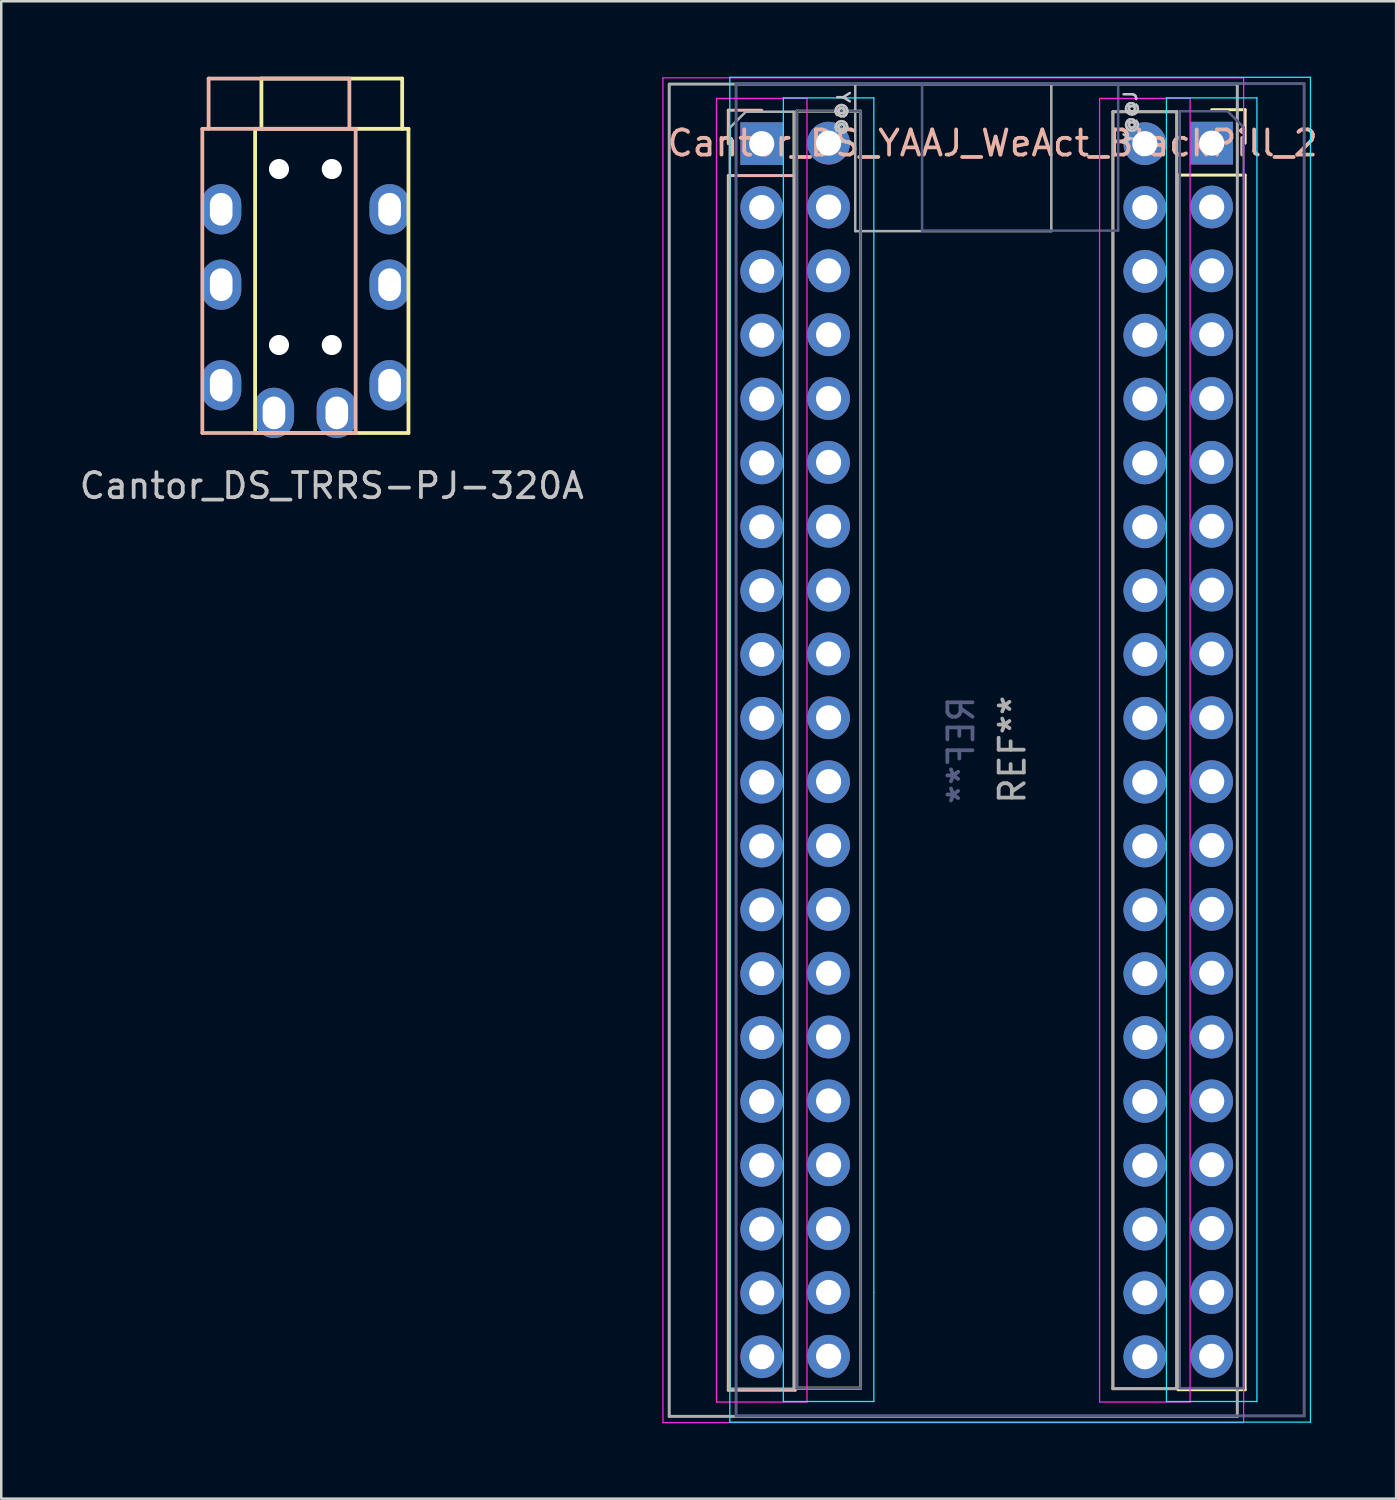
<source format=kicad_pcb>
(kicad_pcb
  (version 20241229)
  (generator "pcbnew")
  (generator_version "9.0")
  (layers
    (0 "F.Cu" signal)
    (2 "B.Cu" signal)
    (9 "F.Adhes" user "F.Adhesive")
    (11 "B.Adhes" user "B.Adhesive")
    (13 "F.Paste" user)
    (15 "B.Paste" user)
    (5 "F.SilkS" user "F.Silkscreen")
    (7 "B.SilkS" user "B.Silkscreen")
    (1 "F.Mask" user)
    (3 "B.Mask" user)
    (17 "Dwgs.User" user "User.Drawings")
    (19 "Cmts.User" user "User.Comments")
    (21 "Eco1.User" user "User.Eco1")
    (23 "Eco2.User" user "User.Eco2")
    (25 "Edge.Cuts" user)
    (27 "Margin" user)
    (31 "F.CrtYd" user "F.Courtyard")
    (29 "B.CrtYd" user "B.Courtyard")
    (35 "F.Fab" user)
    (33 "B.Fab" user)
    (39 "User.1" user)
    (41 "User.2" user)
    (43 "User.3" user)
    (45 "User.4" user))
  (footprint "Cantor_DS_TRRS-PJ-320A"
    (layer "F.Cu")
    (at 10.149 2.075)
    (property "Reference" "Cantor_DS_TRRS-PJ-320A" (at 0 14.2 0) (layer "Dwgs.User") (effects (font (size 1 1) (thickness 0.15))))
    (attr through_hole)
    (fp_line (start -3.05 0) (end -3.05 12.1) (stroke (width 0.15) (type solid)) (layer "F.SilkS"))
    (fp_line (start -2.8 0) (end -2.8 -2) (stroke (width 0.15) (type solid)) (layer "F.SilkS"))
    (fp_line (start 2.8 -2) (end -2.8 -2) (stroke (width 0.15) (type solid)) (layer "F.SilkS"))
    (fp_line (start 2.8 0) (end 2.8 -2) (stroke (width 0.15) (type solid)) (layer "F.SilkS"))
    (fp_line (start 3.05 0) (end -3.05 0) (stroke (width 0.15) (type solid)) (layer "F.SilkS"))
    (fp_line (start 3.05 0) (end 3.05 12.1) (stroke (width 0.15) (type solid)) (layer "F.SilkS"))
    (fp_line (start 3.05 12.1) (end -3.05 12.1) (stroke (width 0.15) (type solid)) (layer "F.SilkS"))
    (fp_line (start -5.15 0) (end -5.15 12.1) (stroke (width 0.15) (type solid)) (layer "B.SilkS"))
    (fp_line (start -5.15 0) (end 0.95 0) (stroke (width 0.15) (type solid)) (layer "B.SilkS"))
    (fp_line (start -5.15 12.1) (end 0.95 12.1) (stroke (width 0.15) (type solid)) (layer "B.SilkS"))
    (fp_line (start -4.9 -2) (end 0.7 -2) (stroke (width 0.15) (type solid)) (layer "B.SilkS"))
    (fp_line (start -4.9 0) (end -4.9 -2) (stroke (width 0.15) (type solid)) (layer "B.SilkS"))
    (fp_line (start 0.7 0) (end 0.7 -2) (stroke (width 0.15) (type solid)) (layer "B.SilkS"))
    (fp_line (start 0.95 0) (end 0.95 12.1) (stroke (width 0.15) (type solid)) (layer "B.SilkS"))
    (pad "" np_thru_hole circle (at -2.1 1.6) (size 0.8 0.8) (drill 0.8) (layers "*.Cu" "*.Mask"))
    (pad "" np_thru_hole circle (at -2.1 8.6) (size 0.8 0.8) (drill 0.8) (layers "*.Cu" "*.Mask"))
    (pad "" np_thru_hole circle (at 0 1.6) (size 0.8 0.8) (drill 0.8) (layers "*.Cu" "*.Mask"))
    (pad "" np_thru_hole circle (at 0 8.6) (size 0.8 0.8) (drill 0.8) (layers "*.Cu" "*.Mask"))
    (pad "1" thru_hole oval (at -2.3 11.3) (size 1.6 2) (drill oval 0.9 1.3) (layers "*.Cu" "*.Mask"))
    (pad "1" thru_hole oval (at 0.2 11.3) (size 1.6 2) (drill oval 0.9 1.3) (layers "*.Cu" "*.Mask"))
    (pad "2" thru_hole oval (at -4.4 10.2) (size 1.6 2) (drill oval 0.9 1.3) (layers "*.Cu" "*.Mask"))
    (pad "2" thru_hole oval (at 2.3 10.2) (size 1.6 2) (drill oval 0.9 1.3) (layers "*.Cu" "*.Mask"))
    (pad "3" thru_hole oval (at -4.4 6.2) (size 1.6 2) (drill oval 0.9 1.3) (layers "*.Cu" "*.Mask"))
    (pad "3" thru_hole oval (at 2.3 3.2) (size 1.6 2) (drill oval 0.9 1.3) (layers "*.Cu" "*.Mask"))
    (pad "4" thru_hole oval (at -4.4 3.2) (size 1.6 2) (drill oval 0.9 1.3) (layers "*.Cu" "*.Mask"))
    (pad "4" thru_hole oval (at 2.3 6.2) (size 1.6 2) (drill oval 0.9 1.3) (layers "*.Cu" "*.Mask")))
  (footprint "Cantor_DS_YAAJ_WeAct_BlackPill_2"
    (layer "F.Cu")
    (at 27.373 2.645)
    (property "Reference" "Cantor_DS_YAAJ_WeAct_BlackPill_2" (at 9.065 0 0) (layer "B.SilkS") (effects (font (size 1 1) (thickness 0.15))))
    (attr through_hole)
    (fp_line (start 1.27 49.53) (end 3.81 49.53) (stroke (width 0.12) (type solid)) (layer "F.Mask"))
    (fp_line (start 1.27 -1.27) (end 1.27 49.53) (stroke (width 0.12) (type solid)) (layer "F.SilkS"))
    (fp_line (start 3.81 -1.27) (end 1.27 -1.27) (stroke (width 0.12) (type solid)) (layer "F.SilkS"))
    (fp_line (start 3.81 49.53) (end 1.27 49.53) (stroke (width 0.12) (type solid)) (layer "F.SilkS"))
    (fp_line (start 3.81 49.53) (end 3.81 -1.27) (stroke (width 0.12) (type solid)) (layer "F.SilkS"))
    (fp_line (start 16.45 1.27) (end 16.45 49.59) (stroke (width 0.12) (type solid)) (layer "F.SilkS"))
    (fp_line (start 16.45 49.59) (end 19.11 49.59) (stroke (width 0.12) (type solid)) (layer "F.SilkS"))
    (fp_line (start 19.11 -1.33) (end 17.78 -1.33) (stroke (width 0.12) (type solid)) (layer "F.SilkS"))
    (fp_line (start 19.11 0) (end 19.11 -1.33) (stroke (width 0.12) (type solid)) (layer "F.SilkS"))
    (fp_line (start 19.11 1.27) (end 16.45 1.27) (stroke (width 0.12) (type solid)) (layer "F.SilkS"))
    (fp_line (start 19.11 49.59) (end 19.11 1.27) (stroke (width 0.12) (type solid)) (layer "F.SilkS"))
    (fp_line (start -1.45 -1.31) (end -0.12 -1.31) (stroke (width 0.12) (type solid)) (layer "B.SilkS"))
    (fp_line (start -1.45 0.02) (end -1.45 -1.31) (stroke (width 0.12) (type solid)) (layer "B.SilkS"))
    (fp_line (start -1.45 1.29) (end 1.21 1.29) (stroke (width 0.12) (type solid)) (layer "B.SilkS"))
    (fp_line (start -1.45 49.61) (end -1.45 1.29) (stroke (width 0.12) (type solid)) (layer "B.SilkS"))
    (fp_line (start 1.21 1.29) (end 1.21 49.61) (stroke (width 0.12) (type solid)) (layer "B.SilkS"))
    (fp_line (start 1.21 49.61) (end -1.45 49.61) (stroke (width 0.12) (type solid)) (layer "B.SilkS"))
    (fp_line (start 13.85 -1.25) (end 16.39 -1.25) (stroke (width 0.12) (type solid)) (layer "B.SilkS"))
    (fp_line (start 13.85 49.55) (end 13.85 -1.25) (stroke (width 0.12) (type solid)) (layer "B.SilkS"))
    (fp_line (start 16.39 -1.25) (end 16.39 49.55) (stroke (width 0.12) (type solid)) (layer "B.SilkS"))
    (fp_line (start 16.39 49.55) (end 13.85 49.55) (stroke (width 0.12) (type solid)) (layer "B.SilkS"))
    (fp_line (start -1.39 -2.62) (end -1.39 50.88) (stroke (width 0.05) (type solid)) (layer "B.CrtYd"))
    (fp_line (start -1.39 50.88) (end 21.71 50.88) (stroke (width 0.05) (type solid)) (layer "B.CrtYd"))
    (fp_line (start 0.74 -1.8) (end 0.74 50.06) (stroke (width 0.05) (type solid)) (layer "B.CrtYd"))
    (fp_line (start 0.74 50.06) (end 4.34 50.06) (stroke (width 0.05) (type solid)) (layer "B.CrtYd"))
    (fp_line (start 4.34 -1.8) (end 0.74 -1.8) (stroke (width 0.05) (type solid)) (layer "B.CrtYd"))
    (fp_line (start 4.34 -1.8) (end 4.34 45.72) (stroke (width 0.05) (type solid)) (layer "B.CrtYd"))
    (fp_line (start 4.34 45.72) (end 4.34 50.06) (stroke (width 0.05) (type solid)) (layer "B.CrtYd"))
    (fp_line (start 15.98 -1.8) (end 15.98 45.72) (stroke (width 0.05) (type solid)) (layer "B.CrtYd"))
    (fp_line (start 15.98 -1.8) (end 19.58 -1.8) (stroke (width 0.05) (type solid)) (layer "B.CrtYd"))
    (fp_line (start 15.98 45.72) (end 15.98 50.06) (stroke (width 0.05) (type solid)) (layer "B.CrtYd"))
    (fp_line (start 19.58 -1.8) (end 19.58 50.06) (stroke (width 0.05) (type solid)) (layer "B.CrtYd"))
    (fp_line (start 19.58 50.06) (end 15.98 50.06) (stroke (width 0.05) (type solid)) (layer "B.CrtYd"))
    (fp_line (start 21.71 -2.62) (end -1.39 -2.62) (stroke (width 0.05) (type solid)) (layer "B.CrtYd"))
    (fp_line (start 21.71 50.88) (end 21.71 -2.62) (stroke (width 0.05) (type solid)) (layer "B.CrtYd"))
    (fp_line (start -4.05 -2.6) (end 19.05 -2.6) (stroke (width 0.05) (type solid)) (layer "F.CrtYd"))
    (fp_line (start -4.05 50.9) (end -4.05 -2.6) (stroke (width 0.05) (type solid)) (layer "F.CrtYd"))
    (fp_line (start -1.92 -1.78) (end -1.92 50.08) (stroke (width 0.05) (type solid)) (layer "F.CrtYd"))
    (fp_line (start -1.92 50.08) (end 1.68 50.08) (stroke (width 0.05) (type solid)) (layer "F.CrtYd"))
    (fp_line (start 1.68 -1.78) (end -1.92 -1.78) (stroke (width 0.05) (type solid)) (layer "F.CrtYd"))
    (fp_line (start 1.68 -1.78) (end 1.68 45.74) (stroke (width 0.05) (type solid)) (layer "F.CrtYd"))
    (fp_line (start 1.68 45.74) (end 1.68 50.08) (stroke (width 0.05) (type solid)) (layer "F.CrtYd"))
    (fp_line (start 13.32 -1.78) (end 13.32 45.74) (stroke (width 0.05) (type solid)) (layer "F.CrtYd"))
    (fp_line (start 13.32 -1.78) (end 16.92 -1.78) (stroke (width 0.05) (type solid)) (layer "F.CrtYd"))
    (fp_line (start 13.32 45.74) (end 13.32 50.08) (stroke (width 0.05) (type solid)) (layer "F.CrtYd"))
    (fp_line (start 16.92 -1.78) (end 16.92 50.08) (stroke (width 0.05) (type solid)) (layer "F.CrtYd"))
    (fp_line (start 16.92 50.08) (end 13.32 50.08) (stroke (width 0.05) (type solid)) (layer "F.CrtYd"))
    (fp_line (start 19.05 -2.6) (end 19.05 50.9) (stroke (width 0.05) (type solid)) (layer "F.CrtYd"))
    (fp_line (start 19.05 50.9) (end -4.05 50.9) (stroke (width 0.05) (type solid)) (layer "F.CrtYd"))
    (fp_line (start -1.14 -2.37) (end -1.14 50.63) (stroke (width 0.12) (type solid)) (layer "B.Fab"))
    (fp_line (start 1.27 -1.27) (end 1.27 49.53) (stroke (width 0.1) (type solid)) (layer "B.Fab"))
    (fp_line (start 1.27 49.53) (end 3.81 49.53) (stroke (width 0.1) (type solid)) (layer "B.Fab"))
    (fp_line (start 3.81 -1.27) (end 1.27 -1.27) (stroke (width 0.1) (type solid)) (layer "B.Fab"))
    (fp_line (start 3.81 49.53) (end 3.81 -1.27) (stroke (width 0.1) (type solid)) (layer "B.Fab"))
    (fp_line (start 6.26 3.48) (end 6.26 -2.32) (stroke (width 0.1) (type solid)) (layer "B.Fab"))
    (fp_line (start 14.06 3.48) (end 6.26 3.48) (stroke (width 0.1) (type solid)) (layer "B.Fab"))
    (fp_line (start 14.06 3.48) (end 14.06 -2.32) (stroke (width 0.1) (type solid)) (layer "B.Fab"))
    (fp_line (start 16.51 -1.27) (end 16.51 49.53) (stroke (width 0.1) (type solid)) (layer "B.Fab"))
    (fp_line (start 16.51 49.53) (end 19.05 49.53) (stroke (width 0.1) (type solid)) (layer "B.Fab"))
    (fp_line (start 18.415 -1.27) (end 16.51 -1.27) (stroke (width 0.1) (type solid)) (layer "B.Fab"))
    (fp_line (start 19.05 -0.635) (end 18.415 -1.27) (stroke (width 0.1) (type solid)) (layer "B.Fab"))
    (fp_line (start 19.05 49.53) (end 19.05 -0.635) (stroke (width 0.1) (type solid)) (layer "B.Fab"))
    (fp_line (start 21.46 -2.37) (end -1.14 -2.37) (stroke (width 0.12) (type solid)) (layer "B.Fab"))
    (fp_line (start 21.46 50.63) (end -1.14 50.63) (stroke (width 0.12) (type solid)) (layer "B.Fab"))
    (fp_line (start 21.46 50.63) (end 21.46 -2.32) (stroke (width 0.12) (type solid)) (layer "B.Fab"))
    (fp_line (start -3.8 -2.35) (end 18.8 -2.35) (stroke (width 0.12) (type solid)) (layer "F.Fab"))
    (fp_line (start -3.8 50.65) (end -3.8 -2.3) (stroke (width 0.12) (type solid)) (layer "F.Fab"))
    (fp_line (start -3.8 50.65) (end 18.8 50.65) (stroke (width 0.12) (type solid)) (layer "F.Fab"))
    (fp_line (start -1.39 -0.615) (end -0.755 -1.25) (stroke (width 0.1) (type solid)) (layer "F.Fab"))
    (fp_line (start -1.39 49.55) (end -1.39 -0.615) (stroke (width 0.1) (type solid)) (layer "F.Fab"))
    (fp_line (start -0.755 -1.25) (end 1.15 -1.25) (stroke (width 0.1) (type solid)) (layer "F.Fab"))
    (fp_line (start 1.15 -1.25) (end 1.15 49.55) (stroke (width 0.1) (type solid)) (layer "F.Fab"))
    (fp_line (start 1.15 49.55) (end -1.39 49.55) (stroke (width 0.1) (type solid)) (layer "F.Fab"))
    (fp_line (start 3.6 3.5) (end 3.6 -2.3) (stroke (width 0.1) (type solid)) (layer "F.Fab"))
    (fp_line (start 3.6 3.5) (end 11.4 3.5) (stroke (width 0.1) (type solid)) (layer "F.Fab"))
    (fp_line (start 11.4 3.5) (end 11.4 -2.3) (stroke (width 0.1) (type solid)) (layer "F.Fab"))
    (fp_line (start 13.85 -1.25) (end 16.39 -1.25) (stroke (width 0.1) (type solid)) (layer "F.Fab"))
    (fp_line (start 13.85 49.55) (end 13.85 -1.25) (stroke (width 0.1) (type solid)) (layer "F.Fab"))
    (fp_line (start 16.39 -1.25) (end 16.39 49.55) (stroke (width 0.1) (type solid)) (layer "F.Fab"))
    (fp_line (start 16.39 49.55) (end 13.85 49.55) (stroke (width 0.1) (type solid)) (layer "F.Fab"))
    (fp_line (start 18.8 -2.35) (end 18.8 50.65) (stroke (width 0.12) (type solid)) (layer "F.Fab"))
    (fp_text user "Y@@J" (at 14.549 -1.016 90) (unlocked yes) (layer "Dwgs.User") (effects (font (size 0.5 0.5) (thickness 0.1))))
    (fp_text user "Y@@J" (at 3.111 -0.996 270) (unlocked yes) (layer "Dwgs.User") (effects (font (size 0.5 0.5) (thickness 0.1))))
    (fp_text user "REF**" (at 7.81 24.15 270) (layer "B.Fab") (effects (font (size 1 1) (thickness 0.15)) (justify mirror)))
    (fp_text user "REF**" (at 9.85 24.13 90) (layer "F.Fab") (effects (font (size 1 1) (thickness 0.15))))
    (pad "1" thru_hole rect (at -0.12 0.02) (size 1.7 1.7) (drill 1) (layers "*.Cu" "*.Mask"))
    (pad "1" thru_hole rect (at 17.78 0) (size 1.7 1.7) (drill 1) (layers "*.Cu" "*.Mask"))
    (pad "2" thru_hole circle (at -0.12 2.56) (size 1.7 1.7) (drill 1) (layers "*.Cu" "*.Mask"))
    (pad "2" thru_hole circle (at 17.78 2.54) (size 1.7 1.7) (drill 1) (layers "*.Cu" "*.Mask"))
    (pad "3" thru_hole circle (at -0.12 5.1) (size 1.7 1.7) (drill 1) (layers "*.Cu" "*.Mask"))
    (pad "3" thru_hole circle (at 17.78 5.08) (size 1.7 1.7) (drill 1) (layers "*.Cu" "*.Mask"))
    (pad "4" thru_hole circle (at -0.12 7.64) (size 1.7 1.7) (drill 1) (layers "*.Cu" "*.Mask"))
    (pad "4" thru_hole circle (at 17.78 7.62) (size 1.7 1.7) (drill 1) (layers "*.Cu" "*.Mask"))
    (pad "5" thru_hole circle (at -0.12 10.18) (size 1.7 1.7) (drill 1) (layers "*.Cu" "*.Mask"))
    (pad "5" thru_hole circle (at 17.78 10.16) (size 1.7 1.7) (drill 1) (layers "*.Cu" "*.Mask"))
    (pad "6" thru_hole circle (at -0.12 12.72) (size 1.7 1.7) (drill 1) (layers "*.Cu" "*.Mask"))
    (pad "6" thru_hole circle (at 17.78 12.7) (size 1.7 1.7) (drill 1) (layers "*.Cu" "*.Mask"))
    (pad "7" thru_hole circle (at -0.12 15.26) (size 1.7 1.7) (drill 1) (layers "*.Cu" "*.Mask"))
    (pad "7" thru_hole circle (at 17.78 15.24) (size 1.7 1.7) (drill 1) (layers "*.Cu" "*.Mask"))
    (pad "8" thru_hole circle (at -0.12 17.8) (size 1.7 1.7) (drill 1) (layers "*.Cu" "*.Mask"))
    (pad "8" thru_hole circle (at 17.78 17.78) (size 1.7 1.7) (drill 1) (layers "*.Cu" "*.Mask"))
    (pad "9" thru_hole circle (at -0.12 20.34) (size 1.7 1.7) (drill 1) (layers "*.Cu" "*.Mask"))
    (pad "9" thru_hole circle (at 17.78 20.32) (size 1.7 1.7) (drill 1) (layers "*.Cu" "*.Mask"))
    (pad "10" thru_hole circle (at -0.12 22.88) (size 1.7 1.7) (drill 1) (layers "*.Cu" "*.Mask"))
    (pad "10" thru_hole circle (at 17.78 22.86) (size 1.7 1.7) (drill 1) (layers "*.Cu" "*.Mask"))
    (pad "11" thru_hole circle (at -0.12 25.42) (size 1.7 1.7) (drill 1) (layers "*.Cu" "*.Mask"))
    (pad "11" thru_hole circle (at 17.78 25.4) (size 1.7 1.7) (drill 1) (layers "*.Cu" "*.Mask"))
    (pad "12" thru_hole circle (at -0.12 27.96) (size 1.7 1.7) (drill 1) (layers "*.Cu" "*.Mask"))
    (pad "12" thru_hole circle (at 17.78 27.94) (size 1.7 1.7) (drill 1) (layers "*.Cu" "*.Mask"))
    (pad "13" thru_hole circle (at -0.12 30.5) (size 1.7 1.7) (drill 1) (layers "*.Cu" "*.Mask"))
    (pad "13" thru_hole circle (at 17.78 30.48) (size 1.7 1.7) (drill 1) (layers "*.Cu" "*.Mask"))
    (pad "14" thru_hole circle (at -0.12 33.04) (size 1.7 1.7) (drill 1) (layers "*.Cu" "*.Mask"))
    (pad "14" thru_hole circle (at 17.78 33.02) (size 1.7 1.7) (drill 1) (layers "*.Cu" "*.Mask"))
    (pad "15" thru_hole circle (at -0.12 35.58) (size 1.7 1.7) (drill 1) (layers "*.Cu" "*.Mask"))
    (pad "15" thru_hole circle (at 17.78 35.56) (size 1.7 1.7) (drill 1) (layers "*.Cu" "*.Mask"))
    (pad "16" thru_hole circle (at -0.12 38.12) (size 1.7 1.7) (drill 1) (layers "*.Cu" "*.Mask"))
    (pad "16" thru_hole circle (at 17.78 38.1) (size 1.7 1.7) (drill 1) (layers "*.Cu" "*.Mask"))
    (pad "17" thru_hole circle (at -0.12 40.66) (size 1.7 1.7) (drill 1) (layers "*.Cu" "*.Mask"))
    (pad "17" thru_hole circle (at 17.78 40.64) (size 1.7 1.7) (drill 1) (layers "*.Cu" "*.Mask"))
    (pad "18" thru_hole circle (at -0.12 43.2) (size 1.7 1.7) (drill 1) (layers "*.Cu" "*.Mask"))
    (pad "18" thru_hole circle (at 17.78 43.18) (size 1.7 1.7) (drill 1) (layers "*.Cu" "*.Mask"))
    (pad "19" thru_hole circle (at -0.12 45.74) (size 1.7 1.7) (drill 1) (layers "*.Cu" "*.Mask"))
    (pad "19" thru_hole circle (at 17.78 45.72) (size 1.7 1.7) (drill 1) (layers "*.Cu" "*.Mask"))
    (pad "20" thru_hole circle (at -0.12 48.28) (size 1.7 1.7) (drill 1) (layers "*.Cu" "*.Mask"))
    (pad "20" thru_hole circle (at 17.78 48.26) (size 1.7 1.7) (drill 1) (layers "*.Cu" "*.Mask"))
    (pad "21" thru_hole circle (at 2.54 48.26) (size 1.7 1.7) (drill 1) (layers "*.Cu" "*.Mask"))
    (pad "21" thru_hole circle (at 15.12 48.28) (size 1.7 1.7) (drill 1) (layers "*.Cu" "*.Mask"))
    (pad "22" thru_hole circle (at 2.54 45.72) (size 1.7 1.7) (drill 1) (layers "*.Cu" "*.Mask"))
    (pad "22" thru_hole circle (at 15.12 45.74) (size 1.7 1.7) (drill 1) (layers "*.Cu" "*.Mask"))
    (pad "23" thru_hole circle (at 2.54 43.18) (size 1.7 1.7) (drill 1) (layers "*.Cu" "*.Mask"))
    (pad "23" thru_hole circle (at 15.12 43.2) (size 1.7 1.7) (drill 1) (layers "*.Cu" "*.Mask"))
    (pad "24" thru_hole circle (at 2.54 40.64) (size 1.7 1.7) (drill 1) (layers "*.Cu" "*.Mask"))
    (pad "24" thru_hole circle (at 15.12 40.66) (size 1.7 1.7) (drill 1) (layers "*.Cu" "*.Mask"))
    (pad "25" thru_hole circle (at 2.54 38.1) (size 1.7 1.7) (drill 1) (layers "*.Cu" "*.Mask"))
    (pad "25" thru_hole circle (at 15.12 38.12) (size 1.7 1.7) (drill 1) (layers "*.Cu" "*.Mask"))
    (pad "26" thru_hole circle (at 2.54 35.56) (size 1.7 1.7) (drill 1) (layers "*.Cu" "*.Mask"))
    (pad "26" thru_hole circle (at 15.12 35.58) (size 1.7 1.7) (drill 1) (layers "*.Cu" "*.Mask"))
    (pad "27" thru_hole circle (at 2.54 33.02) (size 1.7 1.7) (drill 1) (layers "*.Cu" "*.Mask"))
    (pad "27" thru_hole circle (at 15.12 33.04) (size 1.7 1.7) (drill 1) (layers "*.Cu" "*.Mask"))
    (pad "28" thru_hole circle (at 2.54 30.48) (size 1.7 1.7) (drill 1) (layers "*.Cu" "*.Mask"))
    (pad "28" thru_hole circle (at 15.12 30.5) (size 1.7 1.7) (drill 1) (layers "*.Cu" "*.Mask"))
    (pad "29" thru_hole circle (at 2.54 27.94) (size 1.7 1.7) (drill 1) (layers "*.Cu" "*.Mask"))
    (pad "29" thru_hole circle (at 15.12 27.96) (size 1.7 1.7) (drill 1) (layers "*.Cu" "*.Mask"))
    (pad "30" thru_hole circle (at 2.54 25.4) (size 1.7 1.7) (drill 1) (layers "*.Cu" "*.Mask"))
    (pad "30" thru_hole circle (at 15.12 25.42) (size 1.7 1.7) (drill 1) (layers "*.Cu" "*.Mask"))
    (pad "31" thru_hole circle (at 2.54 22.86) (size 1.7 1.7) (drill 1) (layers "*.Cu" "*.Mask"))
    (pad "31" thru_hole circle (at 15.12 22.88) (size 1.7 1.7) (drill 1) (layers "*.Cu" "*.Mask"))
    (pad "32" thru_hole circle (at 2.54 20.32) (size 1.7 1.7) (drill 1) (layers "*.Cu" "*.Mask"))
    (pad "32" thru_hole circle (at 15.12 20.34) (size 1.7 1.7) (drill 1) (layers "*.Cu" "*.Mask"))
    (pad "33" thru_hole circle (at 2.54 17.78) (size 1.7 1.7) (drill 1) (layers "*.Cu" "*.Mask"))
    (pad "33" thru_hole circle (at 15.12 17.8) (size 1.7 1.7) (drill 1) (layers "*.Cu" "*.Mask"))
    (pad "34" thru_hole circle (at 2.54 15.24) (size 1.7 1.7) (drill 1) (layers "*.Cu" "*.Mask"))
    (pad "34" thru_hole circle (at 15.12 15.26) (size 1.7 1.7) (drill 1) (layers "*.Cu" "*.Mask"))
    (pad "35" thru_hole circle (at 2.54 12.7) (size 1.7 1.7) (drill 1) (layers "*.Cu" "*.Mask"))
    (pad "35" thru_hole circle (at 15.12 12.72) (size 1.7 1.7) (drill 1) (layers "*.Cu" "*.Mask"))
    (pad "36" thru_hole circle (at 2.54 10.16) (size 1.7 1.7) (drill 1) (layers "*.Cu" "*.Mask"))
    (pad "36" thru_hole circle (at 15.12 10.18) (size 1.7 1.7) (drill 1) (layers "*.Cu" "*.Mask"))
    (pad "37" thru_hole circle (at 2.54 7.62) (size 1.7 1.7) (drill 1) (layers "*.Cu" "*.Mask"))
    (pad "37" thru_hole circle (at 15.12 7.64) (size 1.7 1.7) (drill 1) (layers "*.Cu" "*.Mask"))
    (pad "38" thru_hole circle (at 2.54 5.08) (size 1.7 1.7) (drill 1) (layers "*.Cu" "*.Mask"))
    (pad "38" thru_hole circle (at 15.12 5.1) (size 1.7 1.7) (drill 1) (layers "*.Cu" "*.Mask"))
    (pad "39" thru_hole circle (at 2.54 2.54) (size 1.7 1.7) (drill 1) (layers "*.Cu" "*.Mask"))
    (pad "39" thru_hole circle (at 15.12 2.56) (size 1.7 1.7) (drill 1) (layers "*.Cu" "*.Mask"))
    (pad "40" thru_hole circle (at 2.54 0) (size 1.7 1.7) (drill 1) (layers "*.Cu" "*.Mask"))
    (pad "40" thru_hole circle (at 15.12 0.02) (size 1.7 1.7) (drill 1) (layers "*.Cu" "*.Mask")))
  (gr_rect
    (start -3 -3)
    (end 52.491 56.57)
    (stroke (width 0.1) (type default))
    (fill no)
    (layer "Edge.Cuts")))
</source>
